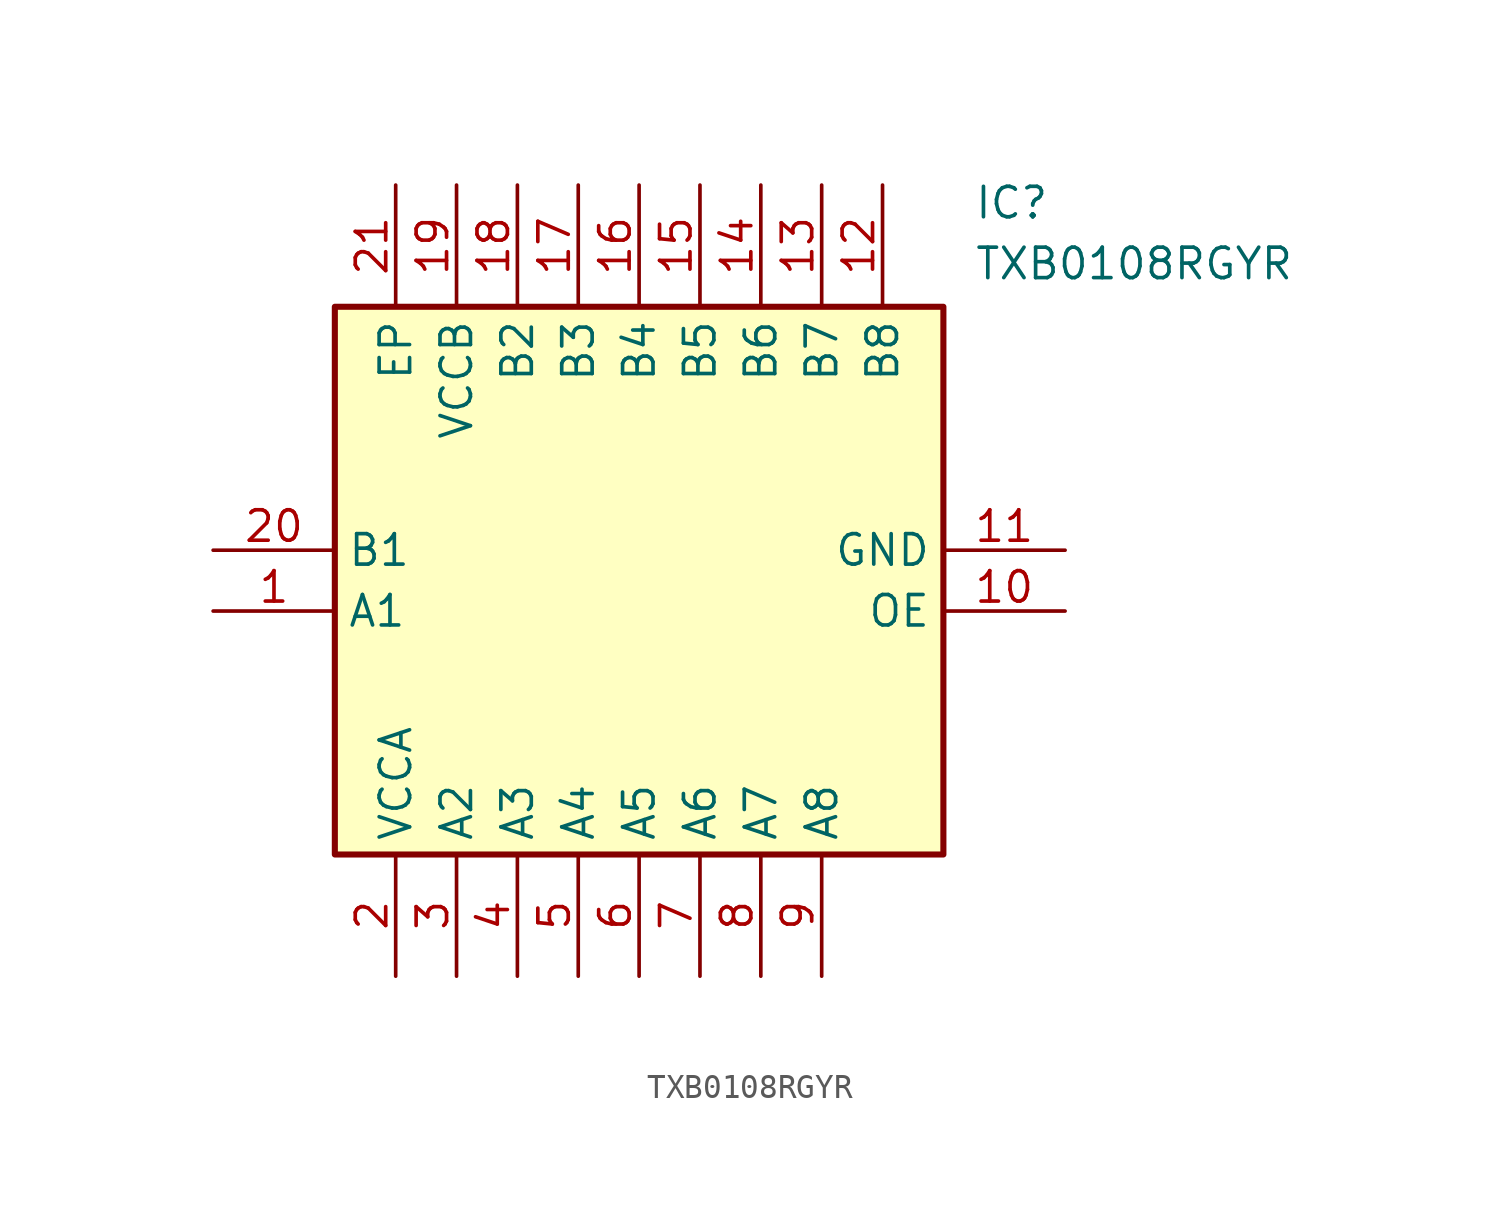
<source format=kicad_sym>
(kicad_symbol_lib
  (version 20211014)
  (generator SamacSys_ECAD_Model)
  (symbol "TXB0108RGYR"
    (property "Reference" "IC"
      (at 31.75 15.24 0)
      (effects (font (size 1.27 1.27)) (justify left top)))
    (property "Value" "TXB0108RGYR"
      (at 31.75 12.7 0)
      (effects (font (size 1.27 1.27)) (justify left top)))
    (rectangle
      (start 5.08 10.16)
      (end 30.48 -12.7)
      (stroke (width 0.254) (type default))
      (fill (type background)))
    (pin passive line
      (at 0 -2.54 0)
      (length 5.08)
      (name "A1" (effects (font (size 1.27 1.27))))
      (number "1" (effects (font (size 1.27 1.27)))))
    (pin passive line
      (at 7.62 -17.78 90)
      (length 5.08)
      (name "VCCA" (effects (font (size 1.27 1.27))))
      (number "2" (effects (font (size 1.27 1.27)))))
    (pin passive line
      (at 10.16 -17.78 90)
      (length 5.08)
      (name "A2" (effects (font (size 1.27 1.27))))
      (number "3" (effects (font (size 1.27 1.27)))))
    (pin passive line
      (at 12.7 -17.78 90)
      (length 5.08)
      (name "A3" (effects (font (size 1.27 1.27))))
      (number "4" (effects (font (size 1.27 1.27)))))
    (pin passive line
      (at 15.24 -17.78 90)
      (length 5.08)
      (name "A4" (effects (font (size 1.27 1.27))))
      (number "5" (effects (font (size 1.27 1.27)))))
    (pin passive line
      (at 17.78 -17.78 90)
      (length 5.08)
      (name "A5" (effects (font (size 1.27 1.27))))
      (number "6" (effects (font (size 1.27 1.27)))))
    (pin passive line
      (at 20.32 -17.78 90)
      (length 5.08)
      (name "A6" (effects (font (size 1.27 1.27))))
      (number "7" (effects (font (size 1.27 1.27)))))
    (pin passive line
      (at 22.86 -17.78 90)
      (length 5.08)
      (name "A7" (effects (font (size 1.27 1.27))))
      (number "8" (effects (font (size 1.27 1.27)))))
    (pin passive line
      (at 25.4 -17.78 90)
      (length 5.08)
      (name "A8" (effects (font (size 1.27 1.27))))
      (number "9" (effects (font (size 1.27 1.27)))))
    (pin passive line
      (at 35.56 -2.54 180)
      (length 5.08)
      (name "OE" (effects (font (size 1.27 1.27))))
      (number "10" (effects (font (size 1.27 1.27)))))
    (pin passive line
      (at 35.56 0 180)
      (length 5.08)
      (name "GND" (effects (font (size 1.27 1.27))))
      (number "11" (effects (font (size 1.27 1.27)))))
    (pin passive line
      (at 27.94 15.24 270)
      (length 5.08)
      (name "B8" (effects (font (size 1.27 1.27))))
      (number "12" (effects (font (size 1.27 1.27)))))
    (pin passive line
      (at 25.4 15.24 270)
      (length 5.08)
      (name "B7" (effects (font (size 1.27 1.27))))
      (number "13" (effects (font (size 1.27 1.27)))))
    (pin passive line
      (at 22.86 15.24 270)
      (length 5.08)
      (name "B6" (effects (font (size 1.27 1.27))))
      (number "14" (effects (font (size 1.27 1.27)))))
    (pin passive line
      (at 20.32 15.24 270)
      (length 5.08)
      (name "B5" (effects (font (size 1.27 1.27))))
      (number "15" (effects (font (size 1.27 1.27)))))
    (pin passive line
      (at 17.78 15.24 270)
      (length 5.08)
      (name "B4" (effects (font (size 1.27 1.27))))
      (number "16" (effects (font (size 1.27 1.27)))))
    (pin passive line
      (at 15.24 15.24 270)
      (length 5.08)
      (name "B3" (effects (font (size 1.27 1.27))))
      (number "17" (effects (font (size 1.27 1.27)))))
    (pin passive line
      (at 12.7 15.24 270)
      (length 5.08)
      (name "B2" (effects (font (size 1.27 1.27))))
      (number "18" (effects (font (size 1.27 1.27)))))
    (pin passive line
      (at 10.16 15.24 270)
      (length 5.08)
      (name "VCCB" (effects (font (size 1.27 1.27))))
      (number "19" (effects (font (size 1.27 1.27)))))
    (pin passive line
      (at 0 0 0)
      (length 5.08)
      (name "B1" (effects (font (size 1.27 1.27))))
      (number "20" (effects (font (size 1.27 1.27)))))
    (pin passive line
      (at 7.62 15.24 270)
      (length 5.08)
      (name "EP" (effects (font (size 1.27 1.27))))
      (number "21" (effects (font (size 1.27 1.27)))))))
</source>
